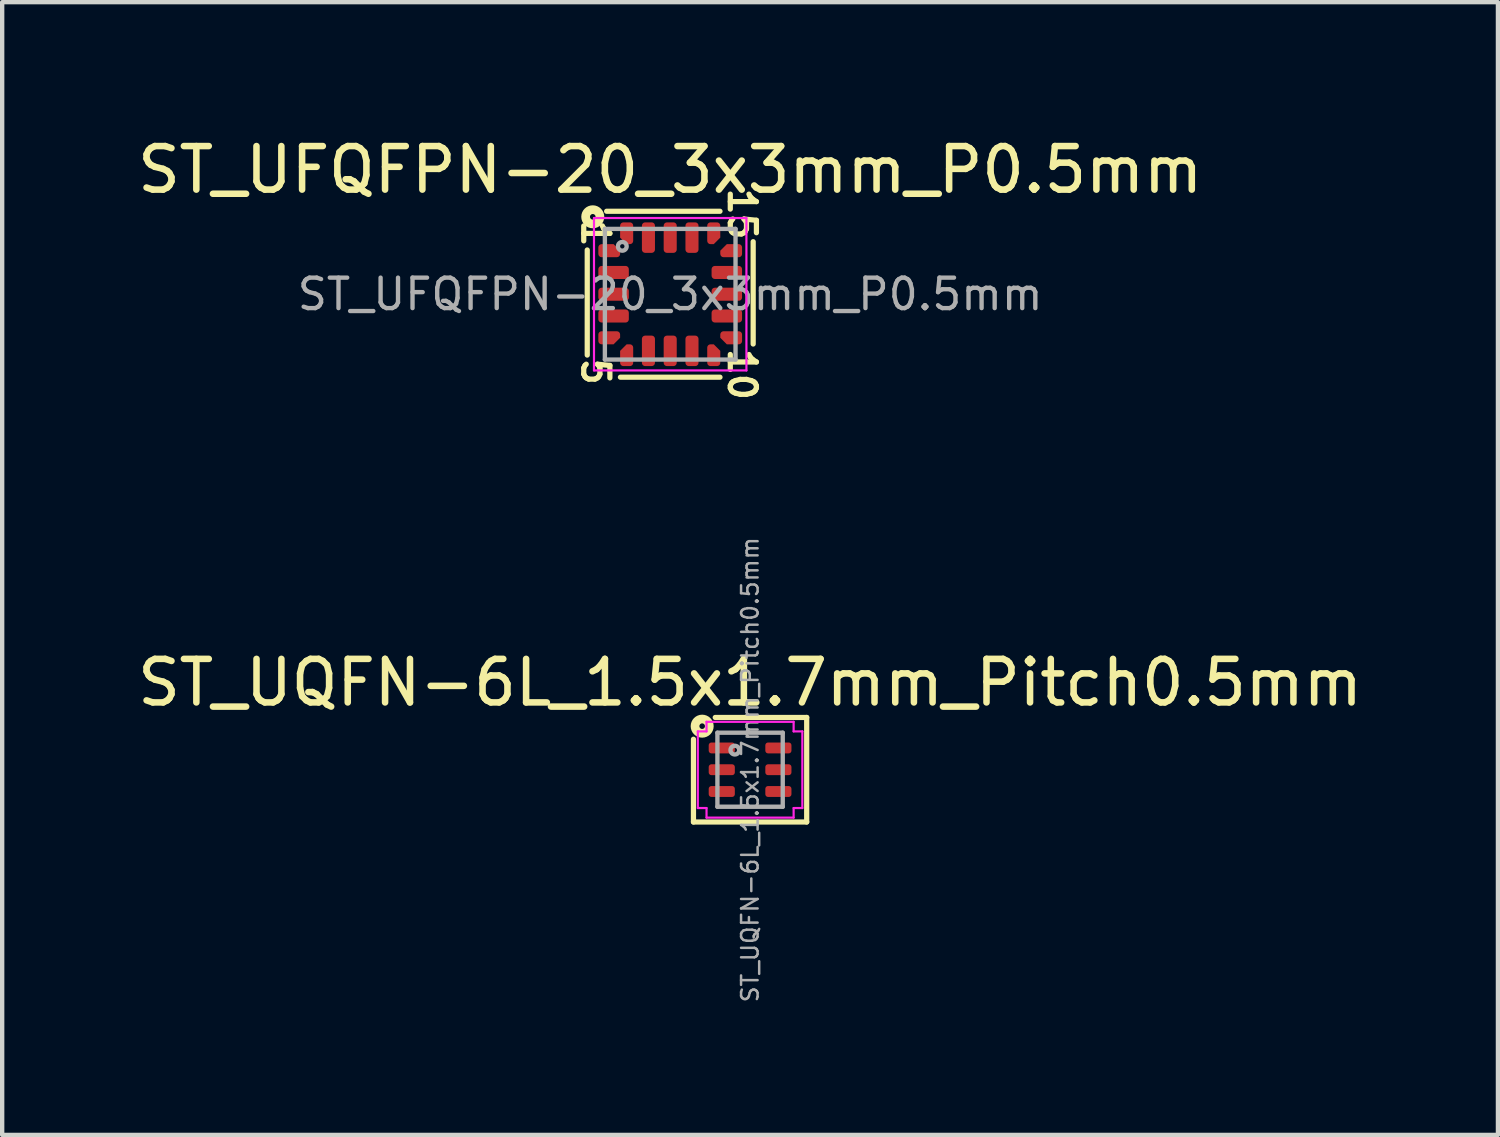
<source format=kicad_pcb>
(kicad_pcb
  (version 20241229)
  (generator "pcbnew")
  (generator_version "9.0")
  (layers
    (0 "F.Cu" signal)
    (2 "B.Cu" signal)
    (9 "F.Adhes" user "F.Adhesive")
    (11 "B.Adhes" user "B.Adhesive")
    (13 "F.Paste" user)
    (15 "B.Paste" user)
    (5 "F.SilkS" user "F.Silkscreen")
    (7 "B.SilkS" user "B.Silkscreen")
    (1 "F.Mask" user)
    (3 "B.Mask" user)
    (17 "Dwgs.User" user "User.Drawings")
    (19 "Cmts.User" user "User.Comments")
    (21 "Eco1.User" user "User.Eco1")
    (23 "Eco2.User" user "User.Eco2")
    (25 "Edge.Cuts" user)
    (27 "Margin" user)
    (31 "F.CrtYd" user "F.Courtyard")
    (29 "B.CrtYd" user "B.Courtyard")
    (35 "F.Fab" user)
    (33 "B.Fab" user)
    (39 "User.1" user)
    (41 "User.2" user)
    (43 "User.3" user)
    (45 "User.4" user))
  (footprint "ST_UFQFPN-20_3x3mm_P0.5mm"
    (layer "F.Cu")
    (at 12.339 3.706)
    (property "Reference" "ST_UFQFPN-20_3x3mm_P0.5mm" (at 0 -2.857 0) (layer "F.SilkS") (effects (font (size 1 1) (thickness 0.15))))
    (attr smd)
    (fp_line (start -1.905 -1.016) (end -1.905 1.397) (stroke (width 0.12) (type solid)) (layer "F.SilkS"))
    (fp_line (start -1.143 1.905) (end 1.143 1.905) (stroke (width 0.12) (type solid)) (layer "F.SilkS"))
    (fp_line (start 1.143 -1.905) (end -1.46 -1.905) (stroke (width 0.12) (type solid)) (layer "F.SilkS"))
    (fp_line (start 1.905 1.143) (end 1.905 -1.206) (stroke (width 0.12) (type solid)) (layer "F.SilkS"))
    (fp_circle (center -1.778 -1.778) (end -1.714 -1.778) (stroke (width 0.2) (type solid)) (fill no) (layer "F.SilkS"))
    (fp_line (start -1.75 -1.75) (end 1.75 -1.75) (stroke (width 0.05) (type solid)) (layer "F.CrtYd"))
    (fp_line (start -1.75 1.75) (end -1.75 -1.75) (stroke (width 0.05) (type solid)) (layer "F.CrtYd"))
    (fp_line (start 1.75 -1.75) (end 1.75 1.75) (stroke (width 0.05) (type solid)) (layer "F.CrtYd"))
    (fp_line (start 1.75 1.75) (end -1.75 1.75) (stroke (width 0.05) (type solid)) (layer "F.CrtYd"))
    (fp_line (start -1.5 -1.5) (end 1.5 -1.5) (stroke (width 0.1) (type solid)) (layer "F.Fab"))
    (fp_line (start -1.5 1.5) (end -1.5 -1.5) (stroke (width 0.1) (type solid)) (layer "F.Fab"))
    (fp_line (start 1.5 -1.5) (end 1.5 1.5) (stroke (width 0.1) (type solid)) (layer "F.Fab"))
    (fp_line (start 1.5 1.5) (end -1.5 1.5) (stroke (width 0.1) (type solid)) (layer "F.Fab"))
    (fp_circle (center -1.1 -1.1) (end -1 -1.1) (stroke (width 0.1) (type solid)) (fill no) (layer "F.Fab"))
    (fp_text user "15" (at 1.651 -1.841 270) (unlocked yes) (layer "F.SilkS") (effects (font (size 0.6 0.6) (thickness 0.12))))
    (fp_text user "1" (at -1.714 -1.397 270) (unlocked yes) (layer "F.SilkS") (effects (font (size 0.6 0.6) (thickness 0.12))))
    (fp_text user "10" (at 1.651 1.841 270) (unlocked yes) (layer "F.SilkS") (effects (font (size 0.6 0.6) (thickness 0.12))))
    (fp_text user "5" (at -1.714 1.778 270) (unlocked yes) (layer "F.SilkS") (effects (font (size 0.6 0.6) (thickness 0.12))))
    (fp_text user "${REFERENCE}" (at 0 0 0) (layer "F.Fab") (effects (font (size 0.7 0.7) (thickness 0.1))))
    (pad "1" smd roundrect (at -1.4 -1) (size 0.5 0.3) (layers "F.Cu" "F.Mask" "F.Paste") (roundrect_rratio 0.25) (chamfer_ratio 0.5) (chamfer top_right))
    (pad "2" smd roundrect (at -1.3 -0.5) (size 0.7 0.3) (layers "F.Cu" "F.Mask" "F.Paste") (roundrect_rratio 0.25))
    (pad "3" smd roundrect (at -1.3 0) (size 0.7 0.3) (layers "F.Cu" "F.Mask" "F.Paste") (roundrect_rratio 0.25))
    (pad "4" smd roundrect (at -1.3 0.5) (size 0.7 0.3) (layers "F.Cu" "F.Mask" "F.Paste") (roundrect_rratio 0.25))
    (pad "5" smd roundrect (at -1.4 1) (size 0.5 0.3) (layers "F.Cu" "F.Mask" "F.Paste") (roundrect_rratio 0.25) (chamfer_ratio 0.5) (chamfer bottom_right))
    (pad "6" smd roundrect (at -1 1.4 90) (size 0.5 0.3) (layers "F.Cu" "F.Mask" "F.Paste") (roundrect_rratio 0.25) (chamfer_ratio 0.5) (chamfer top_right))
    (pad "7" smd roundrect (at -0.5 1.3) (size 0.3 0.7) (layers "F.Cu" "F.Mask" "F.Paste") (roundrect_rratio 0.25))
    (pad "8" smd roundrect (at 0 1.3) (size 0.3 0.7) (layers "F.Cu" "F.Mask" "F.Paste") (roundrect_rratio 0.25))
    (pad "9" smd roundrect (at 0.5 1.3) (size 0.3 0.7) (layers "F.Cu" "F.Mask" "F.Paste") (roundrect_rratio 0.25))
    (pad "10" smd roundrect (at 1 1.4 90) (size 0.5 0.3) (layers "F.Cu" "F.Mask" "F.Paste") (roundrect_rratio 0.25) (chamfer_ratio 0.5) (chamfer bottom_right))
    (pad "11" smd roundrect (at 1.4 1 180) (size 0.5 0.3) (layers "F.Cu" "F.Mask" "F.Paste") (roundrect_rratio 0.25) (chamfer_ratio 0.5) (chamfer top_right))
    (pad "12" smd roundrect (at 1.3 0.5) (size 0.7 0.3) (layers "F.Cu" "F.Mask" "F.Paste") (roundrect_rratio 0.25))
    (pad "13" smd roundrect (at 1.3 0) (size 0.7 0.3) (layers "F.Cu" "F.Mask" "F.Paste") (roundrect_rratio 0.25))
    (pad "14" smd roundrect (at 1.3 -0.5) (size 0.7 0.3) (layers "F.Cu" "F.Mask" "F.Paste") (roundrect_rratio 0.25))
    (pad "15" smd roundrect (at 1.4 -1 180) (size 0.5 0.3) (layers "F.Cu" "F.Mask" "F.Paste") (roundrect_rratio 0.25) (chamfer_ratio 0.5) (chamfer bottom_right))
    (pad "16" smd roundrect (at 1 -1.4 270) (size 0.5 0.3) (layers "F.Cu" "F.Mask" "F.Paste") (roundrect_rratio 0.25) (chamfer_ratio 0.5) (chamfer top_right))
    (pad "17" smd roundrect (at 0.5 -1.3) (size 0.3 0.7) (layers "F.Cu" "F.Mask" "F.Paste") (roundrect_rratio 0.25))
    (pad "18" smd roundrect (at 0 -1.3) (size 0.3 0.7) (layers "F.Cu" "F.Mask" "F.Paste") (roundrect_rratio 0.25))
    (pad "19" smd roundrect (at -0.5 -1.3) (size 0.3 0.7) (layers "F.Cu" "F.Mask" "F.Paste") (roundrect_rratio 0.25))
    (pad "20" smd roundrect (at -1 -1.4 270) (size 0.5 0.3) (layers "F.Cu" "F.Mask" "F.Paste") (roundrect_rratio 0.25) (chamfer_ratio 0.5) (chamfer bottom_right)))
  (footprint "ST_UQFN-6L_1.5x1.7mm_Pitch0.5mm"
    (layer "F.Cu")
    (at 14.173 14.624)
    (property "Reference" "ST_UQFN-6L_1.5x1.7mm_Pitch0.5mm" (at 0 -2 0) (layer "F.SilkS") (effects (font (size 1 1) (thickness 0.15))))
    (attr smd)
    (fp_line (start -1.3 -0.7) (end -1.3 1.2) (stroke (width 0.12) (type solid)) (layer "F.SilkS"))
    (fp_line (start -1.3 1.2) (end 1.3 1.2) (stroke (width 0.12) (type solid)) (layer "F.SilkS"))
    (fp_line (start 1.3 -1.2) (end -0.8 -1.2) (stroke (width 0.12) (type solid)) (layer "F.SilkS"))
    (fp_line (start 1.3 1.2) (end 1.3 -1.2) (stroke (width 0.12) (type solid)) (layer "F.SilkS"))
    (fp_circle (center -1.1 -1) (end -1.036 -1) (stroke (width 0.2) (type solid)) (fill no) (layer "F.SilkS"))
    (fp_line (start -1.2 0.88) (end -1.2 -0.88) (stroke (width 0.05) (type solid)) (layer "F.CrtYd"))
    (fp_line (start -1 -1.1) (end -1 -0.88) (stroke (width 0.05) (type solid)) (layer "F.CrtYd"))
    (fp_line (start -1 -0.88) (end -1.2 -0.88) (stroke (width 0.05) (type solid)) (layer "F.CrtYd"))
    (fp_line (start -1 0.88) (end -1.2 0.88) (stroke (width 0.05) (type solid)) (layer "F.CrtYd"))
    (fp_line (start -1 1.1) (end -1 0.88) (stroke (width 0.05) (type solid)) (layer "F.CrtYd"))
    (fp_line (start 1 -1.1) (end -1 -1.1) (stroke (width 0.05) (type solid)) (layer "F.CrtYd"))
    (fp_line (start 1 -1.1) (end 1 -0.88) (stroke (width 0.05) (type solid)) (layer "F.CrtYd"))
    (fp_line (start 1 -0.88) (end 1.2 -0.88) (stroke (width 0.05) (type solid)) (layer "F.CrtYd"))
    (fp_line (start 1 0.88) (end 1.2 0.88) (stroke (width 0.05) (type solid)) (layer "F.CrtYd"))
    (fp_line (start 1 1.1) (end -1 1.1) (stroke (width 0.05) (type solid)) (layer "F.CrtYd"))
    (fp_line (start 1 1.1) (end 1 0.88) (stroke (width 0.05) (type solid)) (layer "F.CrtYd"))
    (fp_line (start 1.2 0.88) (end 1.2 -0.88) (stroke (width 0.05) (type solid)) (layer "F.CrtYd"))
    (fp_line (start -0.75 0.85) (end -0.75 -0.85) (stroke (width 0.1) (type solid)) (layer "F.Fab"))
    (fp_line (start 0.75 -0.85) (end -0.75 -0.85) (stroke (width 0.1) (type solid)) (layer "F.Fab"))
    (fp_line (start 0.75 -0.85) (end 0.75 0.85) (stroke (width 0.1) (type solid)) (layer "F.Fab"))
    (fp_line (start 0.75 0.85) (end -0.75 0.85) (stroke (width 0.1) (type solid)) (layer "F.Fab"))
    (fp_circle (center -0.35 -0.45) (end -0.25 -0.45) (stroke (width 0.1) (type solid)) (fill no) (layer "F.Fab"))
    (fp_text user "${REFERENCE}" (at 0 0 90) (layer "F.Fab") (effects (font (size 0.38 0.38) (thickness 0.057))))
    (pad "1" smd roundrect (at -0.65 -0.5) (size 0.6 0.25) (layers "F.Cu" "F.Mask" "F.Paste") (roundrect_rratio 0.25))
    (pad "2" smd roundrect (at -0.65 0) (size 0.6 0.25) (layers "F.Cu" "F.Mask" "F.Paste") (roundrect_rratio 0.25))
    (pad "3" smd roundrect (at -0.65 0.5) (size 0.6 0.25) (layers "F.Cu" "F.Mask" "F.Paste") (roundrect_rratio 0.25))
    (pad "4" smd roundrect (at 0.65 0.5) (size 0.6 0.25) (layers "F.Cu" "F.Mask" "F.Paste") (roundrect_rratio 0.25))
    (pad "5" smd roundrect (at 0.65 0) (size 0.6 0.25) (layers "F.Cu" "F.Mask" "F.Paste") (roundrect_rratio 0.25))
    (pad "6" smd roundrect (at 0.65 -0.5) (size 0.6 0.25) (layers "F.Cu" "F.Mask" "F.Paste") (roundrect_rratio 0.25)))
  (gr_rect
    (start -3 -3)
    (end 31.345 23.01)
    (stroke (width 0.1) (type default))
    (fill no)
    (layer "Edge.Cuts")))
</source>
